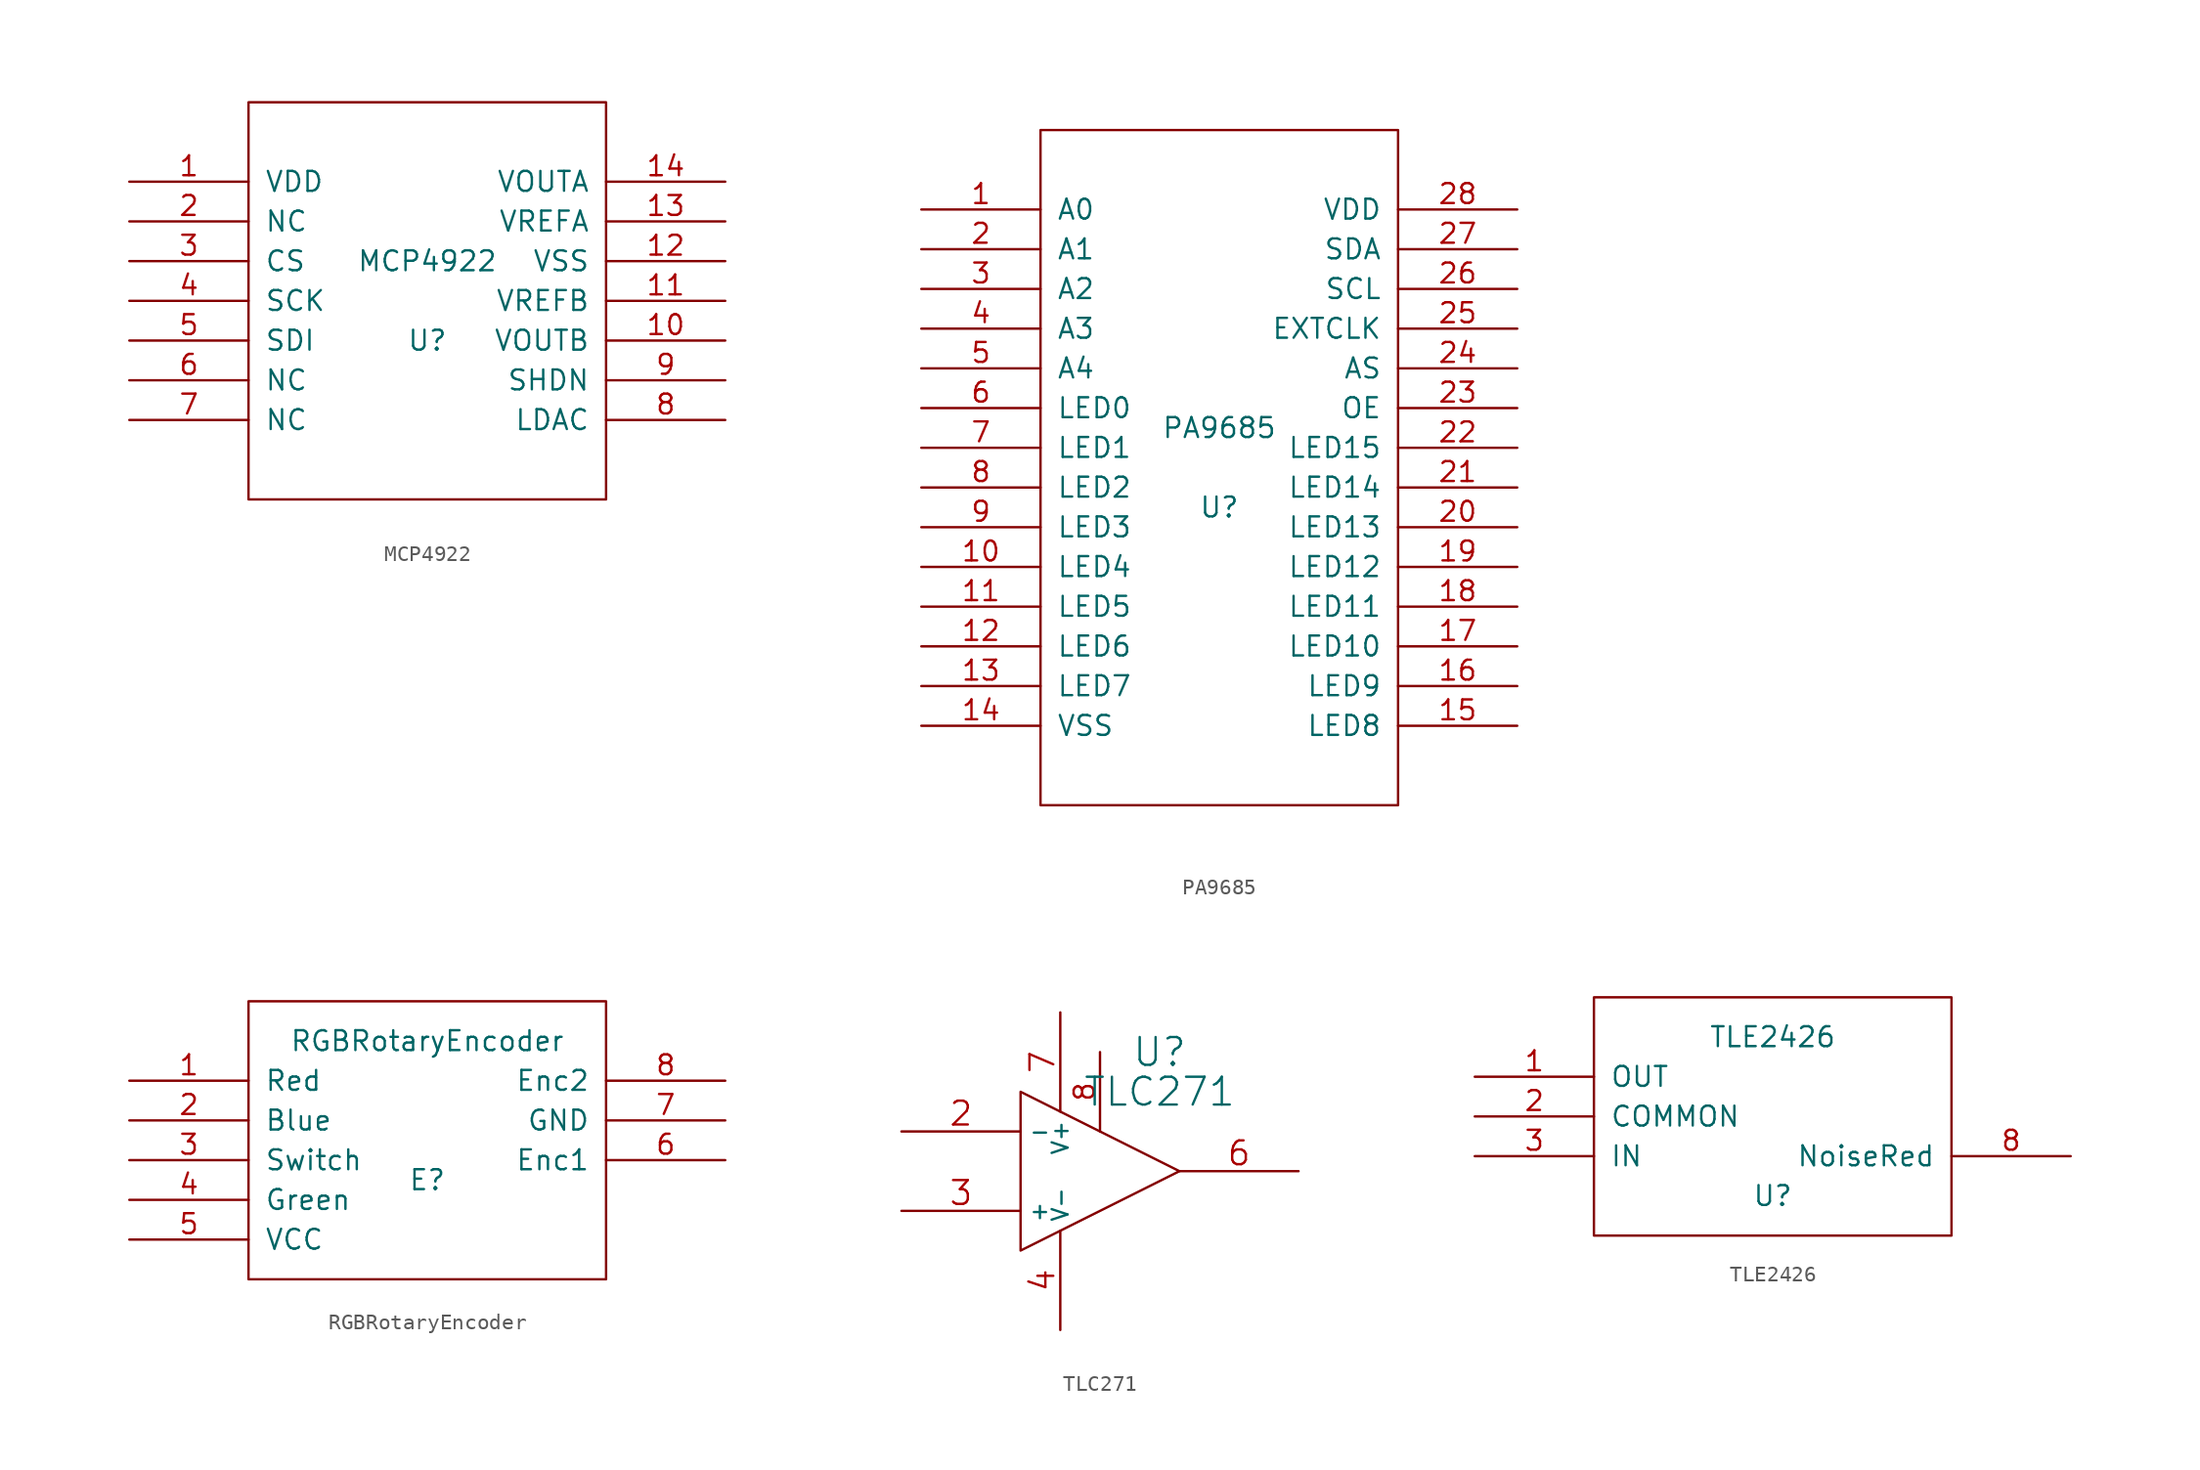
<source format=kicad_sym>
(kicad_symbol_lib
  (version 20231120)
  (generator "kicad_symbol_editor")
  (generator_version "8.0")
  (symbol "MCP4922"
    (pin_names
      (offset 1.016))
    (property "Reference" "U"
      (at 0 -2.54 0)
      (effects (font (size 1.27 1.27))))
    (property "Value" "MCP4922"
      (at 0 2.54 0)
      (effects (font (size 1.27 1.27))))
    (symbol "MCP4922_1_0"
      (rectangle (start -11.43 -12.7) (end 11.43 12.7) (stroke (width 0) (type solid)) (fill (type none))))
    (symbol "MCP4922_1_1"
      (pin input line (at -19.05 7.62 0) (length 7.62) (name "VDD" (effects (font (size 1.27 1.27)))) (number "1" (effects (font (size 1.27 1.27)))))
      (pin output line (at 19.05 -2.54 180) (length 7.62) (name "VOUTB" (effects (font (size 1.27 1.27)))) (number "10" (effects (font (size 1.27 1.27)))))
      (pin input line (at 19.05 0 180) (length 7.62) (name "VREFB" (effects (font (size 1.27 1.27)))) (number "11" (effects (font (size 1.27 1.27)))))
      (pin input line (at 19.05 2.54 180) (length 7.62) (name "VSS" (effects (font (size 1.27 1.27)))) (number "12" (effects (font (size 1.27 1.27)))))
      (pin input line (at 19.05 5.08 180) (length 7.62) (name "VREFA" (effects (font (size 1.27 1.27)))) (number "13" (effects (font (size 1.27 1.27)))))
      (pin output line (at 19.05 7.62 180) (length 7.62) (name "VOUTA" (effects (font (size 1.27 1.27)))) (number "14" (effects (font (size 1.27 1.27)))))
      (pin input line (at -19.05 5.08 0) (length 7.62) (name "NC" (effects (font (size 1.27 1.27)))) (number "2" (effects (font (size 1.27 1.27)))))
      (pin input line (at -19.05 2.54 0) (length 7.62) (name "CS" (effects (font (size 1.27 1.27)))) (number "3" (effects (font (size 1.27 1.27)))))
      (pin input line (at -19.05 0 0) (length 7.62) (name "SCK" (effects (font (size 1.27 1.27)))) (number "4" (effects (font (size 1.27 1.27)))))
      (pin input line (at -19.05 -2.54 0) (length 7.62) (name "SDI" (effects (font (size 1.27 1.27)))) (number "5" (effects (font (size 1.27 1.27)))))
      (pin input line (at -19.05 -5.08 0) (length 7.62) (name "NC" (effects (font (size 1.27 1.27)))) (number "6" (effects (font (size 1.27 1.27)))))
      (pin input line (at -19.05 -7.62 0) (length 7.62) (name "NC" (effects (font (size 1.27 1.27)))) (number "7" (effects (font (size 1.27 1.27)))))
      (pin input line (at 19.05 -7.62 180) (length 7.62) (name "LDAC" (effects (font (size 1.27 1.27)))) (number "8" (effects (font (size 1.27 1.27)))))
      (pin input line (at 19.05 -5.08 180) (length 7.62) (name "SHDN" (effects (font (size 1.27 1.27)))) (number "9" (effects (font (size 1.27 1.27)))))))
  (symbol "PA9685"
    (pin_names
      (offset 1.016))
    (property "Reference" "U"
      (at 0 -2.54 0)
      (effects (font (size 1.27 1.27))))
    (property "Value" "PA9685"
      (at 0 2.54 0)
      (effects (font (size 1.27 1.27))))
    (symbol "PA9685_1_0"
      (rectangle (start -11.43 -21.59) (end 11.43 21.59) (stroke (width 0) (type solid)) (fill (type none))))
    (symbol "PA9685_1_1"
      (pin input line (at -19.05 16.51 0) (length 7.62) (name "A0" (effects (font (size 1.27 1.27)))) (number "1" (effects (font (size 1.27 1.27)))))
      (pin input line (at -19.05 -6.35 0) (length 7.62) (name "LED4" (effects (font (size 1.27 1.27)))) (number "10" (effects (font (size 1.27 1.27)))))
      (pin input line (at -19.05 -8.89 0) (length 7.62) (name "LED5" (effects (font (size 1.27 1.27)))) (number "11" (effects (font (size 1.27 1.27)))))
      (pin input line (at -19.05 -11.43 0) (length 7.62) (name "LED6" (effects (font (size 1.27 1.27)))) (number "12" (effects (font (size 1.27 1.27)))))
      (pin input line (at -19.05 -13.97 0) (length 7.62) (name "LED7" (effects (font (size 1.27 1.27)))) (number "13" (effects (font (size 1.27 1.27)))))
      (pin input line (at -19.05 -16.51 0) (length 7.62) (name "VSS" (effects (font (size 1.27 1.27)))) (number "14" (effects (font (size 1.27 1.27)))))
      (pin input line (at 19.05 -16.51 180) (length 7.62) (name "LED8" (effects (font (size 1.27 1.27)))) (number "15" (effects (font (size 1.27 1.27)))))
      (pin input line (at 19.05 -13.97 180) (length 7.62) (name "LED9" (effects (font (size 1.27 1.27)))) (number "16" (effects (font (size 1.27 1.27)))))
      (pin input line (at 19.05 -11.43 180) (length 7.62) (name "LED10" (effects (font (size 1.27 1.27)))) (number "17" (effects (font (size 1.27 1.27)))))
      (pin input line (at 19.05 -8.89 180) (length 7.62) (name "LED11" (effects (font (size 1.27 1.27)))) (number "18" (effects (font (size 1.27 1.27)))))
      (pin input line (at 19.05 -6.35 180) (length 7.62) (name "LED12" (effects (font (size 1.27 1.27)))) (number "19" (effects (font (size 1.27 1.27)))))
      (pin input line (at -19.05 13.97 0) (length 7.62) (name "A1" (effects (font (size 1.27 1.27)))) (number "2" (effects (font (size 1.27 1.27)))))
      (pin input line (at 19.05 -3.81 180) (length 7.62) (name "LED13" (effects (font (size 1.27 1.27)))) (number "20" (effects (font (size 1.27 1.27)))))
      (pin input line (at 19.05 -1.27 180) (length 7.62) (name "LED14" (effects (font (size 1.27 1.27)))) (number "21" (effects (font (size 1.27 1.27)))))
      (pin input line (at 19.05 1.27 180) (length 7.62) (name "LED15" (effects (font (size 1.27 1.27)))) (number "22" (effects (font (size 1.27 1.27)))))
      (pin input line (at 19.05 3.81 180) (length 7.62) (name "OE" (effects (font (size 1.27 1.27)))) (number "23" (effects (font (size 1.27 1.27)))))
      (pin input line (at 19.05 6.35 180) (length 7.62) (name "AS" (effects (font (size 1.27 1.27)))) (number "24" (effects (font (size 1.27 1.27)))))
      (pin input line (at 19.05 8.89 180) (length 7.62) (name "EXTCLK" (effects (font (size 1.27 1.27)))) (number "25" (effects (font (size 1.27 1.27)))))
      (pin input line (at 19.05 11.43 180) (length 7.62) (name "SCL" (effects (font (size 1.27 1.27)))) (number "26" (effects (font (size 1.27 1.27)))))
      (pin input line (at 19.05 13.97 180) (length 7.62) (name "SDA" (effects (font (size 1.27 1.27)))) (number "27" (effects (font (size 1.27 1.27)))))
      (pin input line (at 19.05 16.51 180) (length 7.62) (name "VDD" (effects (font (size 1.27 1.27)))) (number "28" (effects (font (size 1.27 1.27)))))
      (pin input line (at -19.05 11.43 0) (length 7.62) (name "A2" (effects (font (size 1.27 1.27)))) (number "3" (effects (font (size 1.27 1.27)))))
      (pin input line (at -19.05 8.89 0) (length 7.62) (name "A3" (effects (font (size 1.27 1.27)))) (number "4" (effects (font (size 1.27 1.27)))))
      (pin input line (at -19.05 6.35 0) (length 7.62) (name "A4" (effects (font (size 1.27 1.27)))) (number "5" (effects (font (size 1.27 1.27)))))
      (pin input line (at -19.05 3.81 0) (length 7.62) (name "LED0" (effects (font (size 1.27 1.27)))) (number "6" (effects (font (size 1.27 1.27)))))
      (pin input line (at -19.05 1.27 0) (length 7.62) (name "LED1" (effects (font (size 1.27 1.27)))) (number "7" (effects (font (size 1.27 1.27)))))
      (pin input line (at -19.05 -1.27 0) (length 7.62) (name "LED2" (effects (font (size 1.27 1.27)))) (number "8" (effects (font (size 1.27 1.27)))))
      (pin input line (at -19.05 -3.81 0) (length 7.62) (name "LED3" (effects (font (size 1.27 1.27)))) (number "9" (effects (font (size 1.27 1.27)))))))
  (symbol "RGBRotaryEncoder"
    (pin_names
      (offset 1.016))
    (property "Reference" "E"
      (at 0 -2.54 0)
      (effects (font (size 1.27 1.27))))
    (property "Value" "RGBRotaryEncoder"
      (at 0 6.35 0)
      (effects (font (size 1.27 1.27))))
    (symbol "RGBRotaryEncoder_1_0"
      (rectangle (start -11.43 -8.89) (end 11.43 8.89) (stroke (width 0) (type solid)) (fill (type none))))
    (symbol "RGBRotaryEncoder_1_1"
      (pin input line (at -19.05 3.81 0) (length 7.62) (name "Red" (effects (font (size 1.27 1.27)))) (number "1" (effects (font (size 1.27 1.27)))))
      (pin input line (at -19.05 1.27 0) (length 7.62) (name "Blue" (effects (font (size 1.27 1.27)))) (number "2" (effects (font (size 1.27 1.27)))))
      (pin input line (at -19.05 -1.27 0) (length 7.62) (name "Switch" (effects (font (size 1.27 1.27)))) (number "3" (effects (font (size 1.27 1.27)))))
      (pin input line (at -19.05 -3.81 0) (length 7.62) (name "Green" (effects (font (size 1.27 1.27)))) (number "4" (effects (font (size 1.27 1.27)))))
      (pin input line (at -19.05 -6.35 0) (length 7.62) (name "VCC" (effects (font (size 1.27 1.27)))) (number "5" (effects (font (size 1.27 1.27)))))
      (pin input line (at 19.05 -1.27 180) (length 7.62) (name "Enc1" (effects (font (size 1.27 1.27)))) (number "6" (effects (font (size 1.27 1.27)))))
      (pin input line (at 19.05 1.27 180) (length 7.62) (name "GND" (effects (font (size 1.27 1.27)))) (number "7" (effects (font (size 1.27 1.27)))))
      (pin input line (at 19.05 3.81 180) (length 7.62) (name "Enc2" (effects (font (size 1.27 1.27)))) (number "8" (effects (font (size 1.27 1.27)))))))
  (symbol "TLC271"
    (property "Reference" "U"
      (at 3.81 7.62 0)
      (effects (font (size 1.778 1.778))))
    (property "Value" "TLC271"
      (at 3.81 5.08 0)
      (effects (font (size 1.778 1.778))))
    (symbol "TLC271_0_1"
      (polyline (pts (xy -5.08 5.08) (xy 5.08 0) (xy -5.08 -5.08) (xy -5.08 5.08)) (stroke (width 0) (type solid)) (fill (type none))))
    (symbol "TLC271_1_1"
      (pin input line (at -12.7 2.54 0) (length 7.62) (name "-" (effects (font (size 1.016 1.016)))) (number "2" (effects (font (size 1.524 1.524)))))
      (pin input line (at -12.7 -2.54 0) (length 7.62) (name "+" (effects (font (size 1.016 1.016)))) (number "3" (effects (font (size 1.524 1.524)))))
      (pin passive line (at -2.54 -10.16 90) (length 6.35) (name "V-" (effects (font (size 1.016 1.016)))) (number "4" (effects (font (size 1.524 1.524)))))
      (pin output line (at 12.7 0 180) (length 7.62) (name "~" (effects (font (size 1.016 1.016)))) (number "6" (effects (font (size 1.524 1.524)))))
      (pin passive line (at -2.54 10.16 270) (length 6.35) (name "V+" (effects (font (size 1.016 1.016)))) (number "7" (effects (font (size 1.524 1.524)))))
      (pin input line (at 0 7.62 270) (length 5.08) (name "~" (effects (font (size 1.27 1.27)))) (number "8" (effects (font (size 1.27 1.27)))))))
  (symbol "TLE2426"
    (pin_names
      (offset 1.016))
    (property "Reference" "U"
      (at 0 -5.08 0)
      (effects (font (size 1.27 1.27))))
    (property "Value" "TLE2426"
      (at 0 5.08 0)
      (effects (font (size 1.27 1.27))))
    (symbol "TLE2426_1_0"
      (rectangle (start -11.43 -7.62) (end 11.43 7.62) (stroke (width 0) (type solid)) (fill (type none))))
    (symbol "TLE2426_1_1"
      (pin output line (at -19.05 2.54 0) (length 7.62) (name "OUT" (effects (font (size 1.27 1.27)))) (number "1" (effects (font (size 1.27 1.27)))))
      (pin input line (at -19.05 0 0) (length 7.62) (name "COMMON" (effects (font (size 1.27 1.27)))) (number "2" (effects (font (size 1.27 1.27)))))
      (pin input line (at -19.05 -2.54 0) (length 7.62) (name "IN" (effects (font (size 1.27 1.27)))) (number "3" (effects (font (size 1.27 1.27)))))
      (pin input line (at 19.05 -2.54 180) (length 7.62) (name "NoiseRed" (effects (font (size 1.27 1.27)))) (number "8" (effects (font (size 1.27 1.27))))))))
</source>
